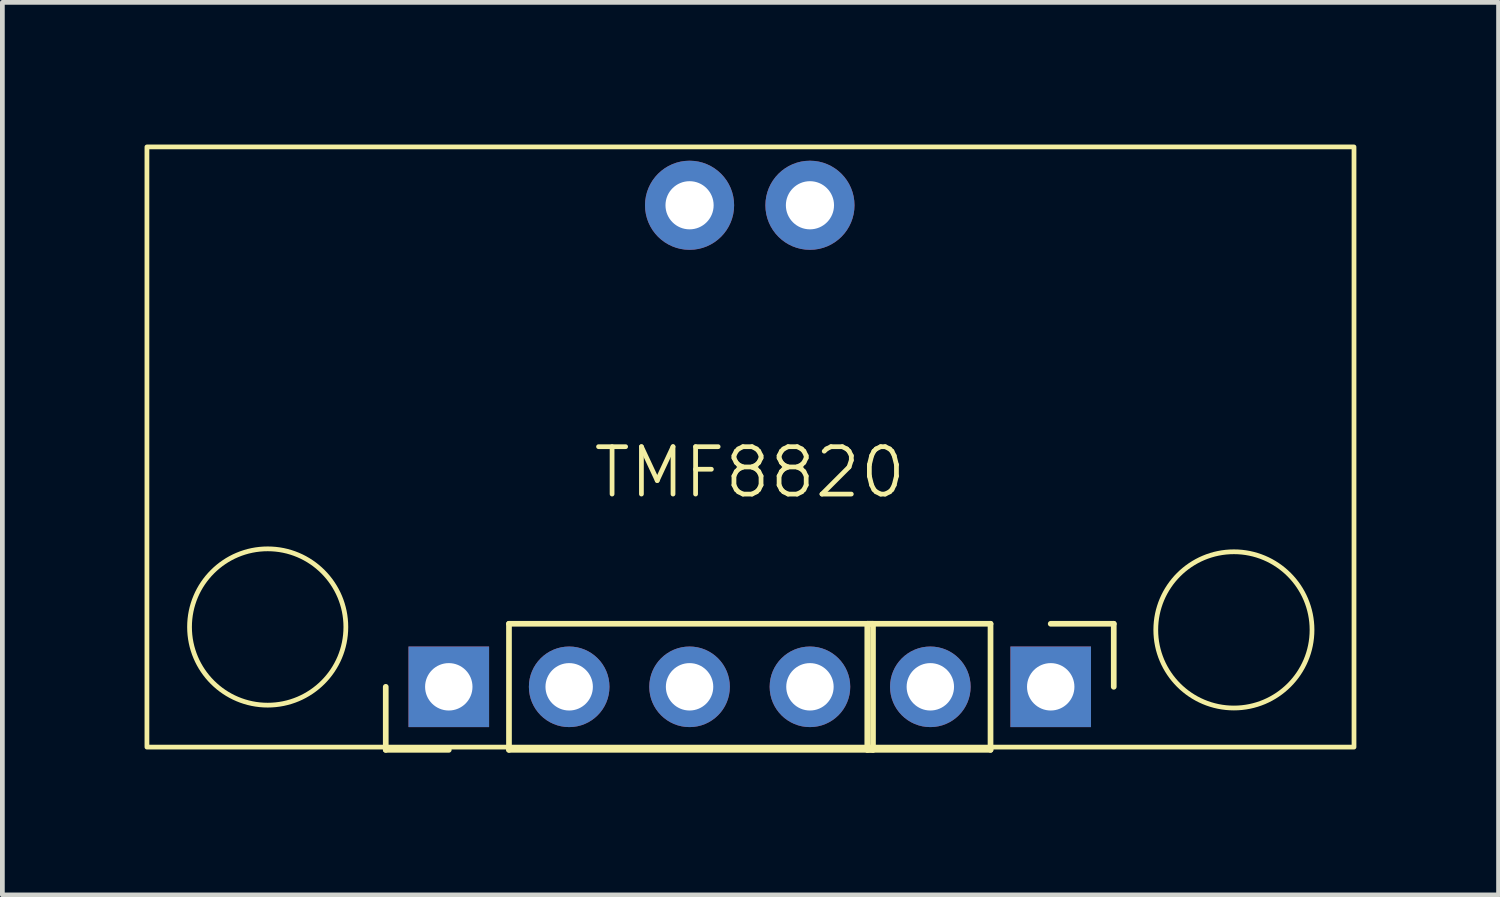
<source format=kicad_pcb>
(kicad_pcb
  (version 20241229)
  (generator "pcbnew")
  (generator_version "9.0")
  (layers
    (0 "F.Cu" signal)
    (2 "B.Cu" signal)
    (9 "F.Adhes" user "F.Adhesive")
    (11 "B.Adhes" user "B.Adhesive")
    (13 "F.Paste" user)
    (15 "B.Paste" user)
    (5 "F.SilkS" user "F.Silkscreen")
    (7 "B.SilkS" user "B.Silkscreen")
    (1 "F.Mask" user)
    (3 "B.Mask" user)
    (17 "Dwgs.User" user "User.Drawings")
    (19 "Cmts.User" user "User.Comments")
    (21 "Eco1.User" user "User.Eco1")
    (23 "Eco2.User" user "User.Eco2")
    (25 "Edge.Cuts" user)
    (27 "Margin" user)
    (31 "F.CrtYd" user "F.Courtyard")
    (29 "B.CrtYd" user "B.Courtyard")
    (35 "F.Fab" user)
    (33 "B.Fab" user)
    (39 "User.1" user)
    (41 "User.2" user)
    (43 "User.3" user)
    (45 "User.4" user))
  (footprint "TMF8820"
    (layer "F.Cu")
    (at 6.419 11.441)
    (property "Reference" "TMF8820" (at 6.35 -4.524 0) (unlocked yes) (layer "F.SilkS") (effects (font (size 1 1) (thickness 0.1))))
    (attr through_hole)
    (fp_line (start -1.33 1.33) (end -1.33 0) (stroke (width 0.12) (type solid)) (layer "F.SilkS"))
    (fp_line (start 0 1.33) (end -1.33 1.33) (stroke (width 0.12) (type solid)) (layer "F.SilkS"))
    (fp_line (start 1.27 -1.33) (end 8.95 -1.33) (stroke (width 0.12) (type solid)) (layer "F.SilkS"))
    (fp_line (start 1.27 1.33) (end 1.27 -1.33) (stroke (width 0.12) (type solid)) (layer "F.SilkS"))
    (fp_line (start 1.27 1.33) (end 8.95 1.33) (stroke (width 0.12) (type solid)) (layer "F.SilkS"))
    (fp_line (start 8.83 -1.33) (end 8.83 1.33) (stroke (width 0.12) (type solid)) (layer "F.SilkS"))
    (fp_line (start 8.95 1.33) (end 8.95 -1.33) (stroke (width 0.12) (type solid)) (layer "F.SilkS"))
    (fp_line (start 11.43 -1.33) (end 8.83 -1.33) (stroke (width 0.12) (type solid)) (layer "F.SilkS"))
    (fp_line (start 11.43 -1.33) (end 11.43 1.33) (stroke (width 0.12) (type solid)) (layer "F.SilkS"))
    (fp_line (start 11.43 1.33) (end 8.83 1.33) (stroke (width 0.12) (type solid)) (layer "F.SilkS"))
    (fp_line (start 12.7 -1.33) (end 14.03 -1.33) (stroke (width 0.12) (type solid)) (layer "F.SilkS"))
    (fp_line (start 14.03 -1.33) (end 14.03 0) (stroke (width 0.12) (type solid)) (layer "F.SilkS"))
    (fp_rect (start -6.369 -11.391) (end 19.099 1.272) (stroke (width 0.1) (type default)) (fill no) (layer "F.SilkS"))
    (fp_circle (center -3.821 -1.262) (end -2.86 -2.602) (stroke (width 0.1) (type default)) (fill no) (layer "F.SilkS"))
    (fp_circle (center 16.565 -1.201) (end 17.526 -2.54) (stroke (width 0.1) (type default)) (fill no) (layer "F.SilkS"))
    (pad "1" thru_hole rect (at 0 0 90) (size 1.7 1.7) (drill 1) (layers "*.Cu" "*.Mask"))
    (pad "2" thru_hole oval (at 2.54 0 90) (size 1.7 1.7) (drill 1) (layers "*.Cu" "*.Mask"))
    (pad "3" thru_hole oval (at 5.08 0 90) (size 1.7 1.7) (drill 1) (layers "*.Cu" "*.Mask"))
    (pad "4" thru_hole oval (at 7.62 0 90) (size 1.7 1.7) (drill 1) (layers "*.Cu" "*.Mask"))
    (pad "5" thru_hole oval (at 10.16 0 270) (size 1.7 1.7) (drill 1) (layers "*.Cu" "*.Mask"))
    (pad "6" thru_hole rect (at 12.7 0 270) (size 1.7 1.7) (drill 1) (layers "*.Cu" "*.Mask"))
    (pad "7" thru_hole circle (at 5.08 -10.16 90) (size 1.88 1.88) (drill 1.016) (layers "*.Cu" "*.Mask"))
    (pad "8" thru_hole circle (at 7.62 -10.16 90) (size 1.88 1.88) (drill 1.016) (layers "*.Cu" "*.Mask")))
  (gr_rect
    (start -3 -3)
    (end 28.568 15.831)
    (stroke (width 0.1) (type default))
    (fill no)
    (layer "Edge.Cuts")))
</source>
